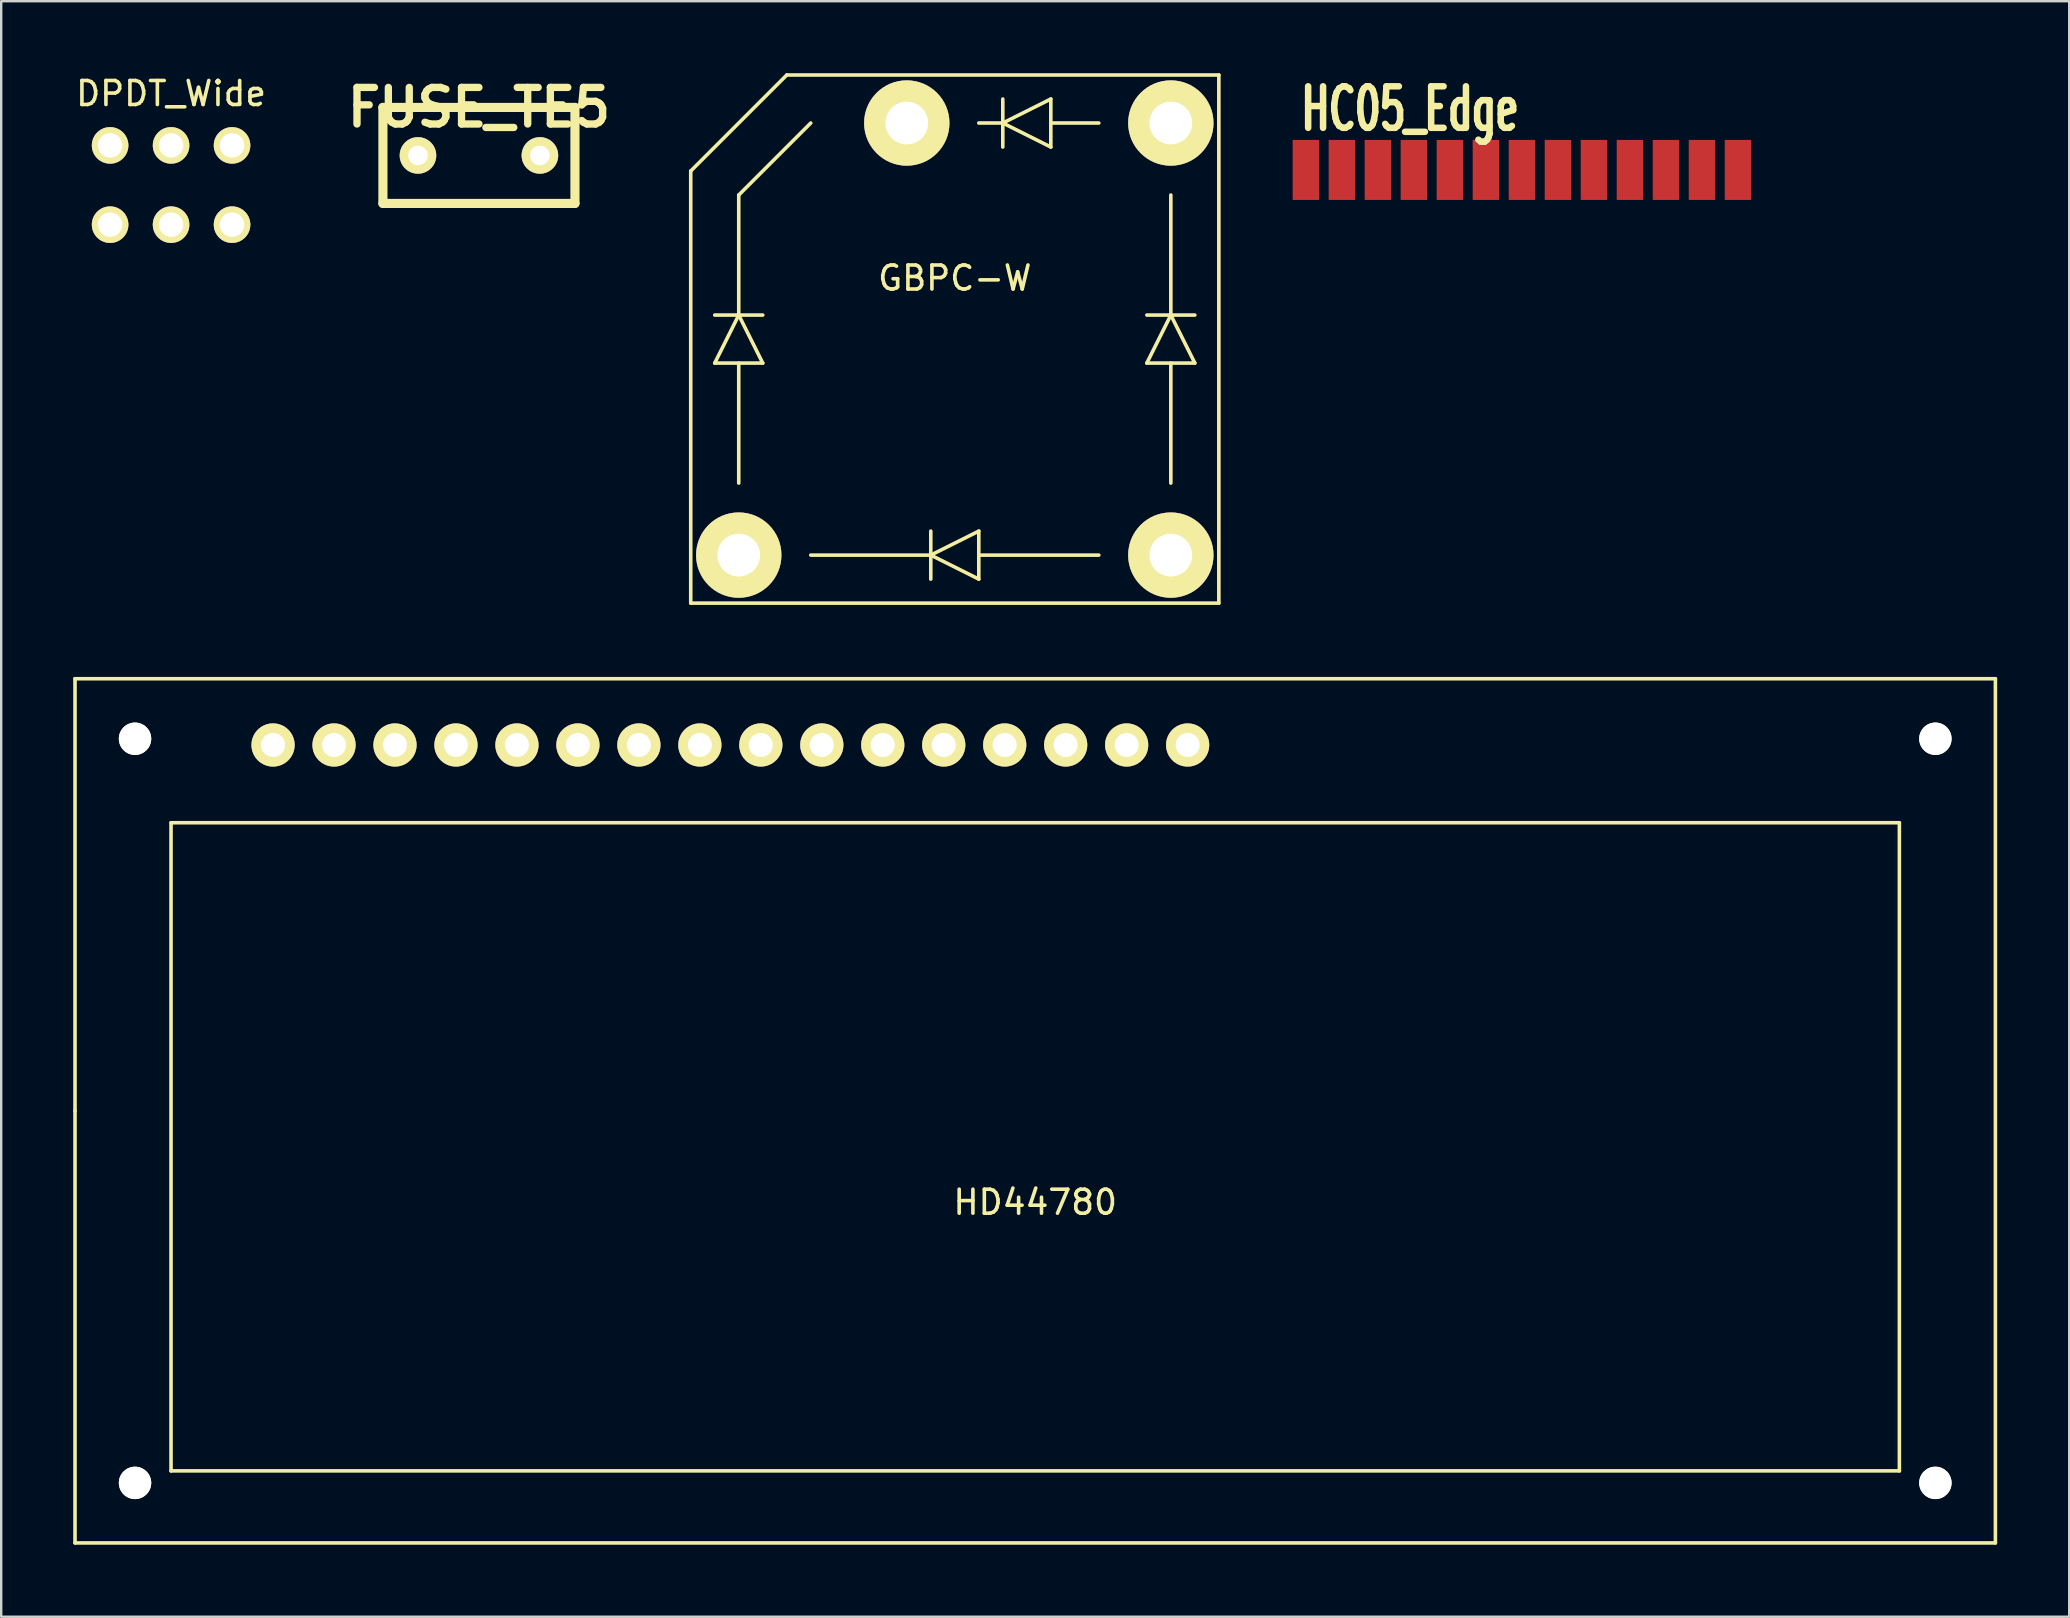
<source format=kicad_pcb>
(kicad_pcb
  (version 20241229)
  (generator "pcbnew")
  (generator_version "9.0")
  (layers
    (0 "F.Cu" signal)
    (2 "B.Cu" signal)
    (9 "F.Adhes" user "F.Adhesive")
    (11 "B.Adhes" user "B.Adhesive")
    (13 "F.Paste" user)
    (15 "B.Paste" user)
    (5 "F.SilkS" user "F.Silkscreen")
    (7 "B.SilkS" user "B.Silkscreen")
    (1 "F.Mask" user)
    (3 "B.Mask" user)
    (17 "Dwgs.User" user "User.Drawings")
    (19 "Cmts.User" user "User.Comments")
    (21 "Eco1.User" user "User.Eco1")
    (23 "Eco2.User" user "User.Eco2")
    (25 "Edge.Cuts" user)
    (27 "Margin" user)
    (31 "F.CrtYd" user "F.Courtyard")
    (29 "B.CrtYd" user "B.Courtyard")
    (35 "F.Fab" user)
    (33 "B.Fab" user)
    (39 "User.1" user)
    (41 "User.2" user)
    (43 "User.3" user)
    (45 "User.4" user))
  (footprint "HD44780"
    (layer "F.Cu")
    (at 40.075 43.225)
    (property "Reference" "HD44780" (at 0 3.81 0) (layer "F.SilkS") (effects (font (size 1 1) (thickness 0.15))))
    (attr through_hole)
    (fp_line (start -40 -18) (end 40 -18) (stroke (width 0.15) (type solid)) (layer "F.SilkS"))
    (fp_line (start -40 0) (end -40 -18) (stroke (width 0.15) (type solid)) (layer "F.SilkS"))
    (fp_line (start -40 18) (end -40 0) (stroke (width 0.15) (type solid)) (layer "F.SilkS"))
    (fp_line (start -36 -12) (end 36 -12) (stroke (width 0.15) (type solid)) (layer "F.SilkS"))
    (fp_line (start -36 15) (end -36 -12) (stroke (width 0.15) (type solid)) (layer "F.SilkS"))
    (fp_line (start 36 -12) (end 36 15) (stroke (width 0.15) (type solid)) (layer "F.SilkS"))
    (fp_line (start 36 15) (end -36 15) (stroke (width 0.15) (type solid)) (layer "F.SilkS"))
    (fp_line (start 40 -18) (end 40 18) (stroke (width 0.15) (type solid)) (layer "F.SilkS"))
    (fp_line (start 40 18) (end -40 18) (stroke (width 0.15) (type solid)) (layer "F.SilkS"))
    (pad "" np_thru_hole circle (at -37.5 -15.5) (size 1.35 1.35) (drill 1.35) (layers "*.Cu" "*.Mask" "F.SilkS"))
    (pad "" np_thru_hole circle (at -37.5 15.5) (size 1.35 1.35) (drill 1.35) (layers "*.Cu" "*.Mask" "F.SilkS"))
    (pad "" np_thru_hole circle (at 37.5 -15.5) (size 1.35 1.35) (drill 1.35) (layers "*.Cu" "*.Mask" "F.SilkS"))
    (pad "" np_thru_hole circle (at 37.5 15.5) (size 1.35 1.35) (drill 1.35) (layers "*.Cu" "*.Mask" "F.SilkS"))
    (pad "1" thru_hole circle (at -31.75 -15.24) (size 1.8 1.8) (drill 1) (layers "*.Cu" "*.Mask" "F.SilkS"))
    (pad "2" thru_hole circle (at -29.21 -15.24) (size 1.8 1.8) (drill 1) (layers "*.Cu" "*.Mask" "F.SilkS"))
    (pad "3" thru_hole circle (at -26.67 -15.24) (size 1.8 1.8) (drill 1) (layers "*.Cu" "*.Mask" "F.SilkS"))
    (pad "4" thru_hole circle (at -24.13 -15.24) (size 1.8 1.8) (drill 1) (layers "*.Cu" "*.Mask" "F.SilkS"))
    (pad "5" thru_hole circle (at -21.59 -15.24) (size 1.8 1.8) (drill 1) (layers "*.Cu" "*.Mask" "F.SilkS"))
    (pad "6" thru_hole circle (at -19.05 -15.24) (size 1.8 1.8) (drill 1) (layers "*.Cu" "*.Mask" "F.SilkS"))
    (pad "7" thru_hole circle (at -16.51 -15.24) (size 1.8 1.8) (drill 1) (layers "*.Cu" "*.Mask" "F.SilkS"))
    (pad "8" thru_hole circle (at -13.97 -15.24) (size 1.8 1.8) (drill 1) (layers "*.Cu" "*.Mask" "F.SilkS"))
    (pad "9" thru_hole circle (at -11.43 -15.24) (size 1.8 1.8) (drill 1) (layers "*.Cu" "*.Mask" "F.SilkS"))
    (pad "10" thru_hole circle (at -8.89 -15.24) (size 1.8 1.8) (drill 1) (layers "*.Cu" "*.Mask" "F.SilkS"))
    (pad "11" thru_hole circle (at -6.35 -15.24) (size 1.8 1.8) (drill 1) (layers "*.Cu" "*.Mask" "F.SilkS"))
    (pad "12" thru_hole circle (at -3.81 -15.24) (size 1.8 1.8) (drill 1) (layers "*.Cu" "*.Mask" "F.SilkS"))
    (pad "13" thru_hole circle (at -1.27 -15.24) (size 1.8 1.8) (drill 1) (layers "*.Cu" "*.Mask" "F.SilkS"))
    (pad "14" thru_hole circle (at 1.27 -15.24) (size 1.8 1.8) (drill 1) (layers "*.Cu" "*.Mask" "F.SilkS"))
    (pad "15" thru_hole circle (at 3.81 -15.24) (size 1.8 1.8) (drill 1) (layers "*.Cu" "*.Mask" "F.SilkS"))
    (pad "16" thru_hole circle (at 6.35 -15.24) (size 1.8 1.8) (drill 1) (layers "*.Cu" "*.Mask" "F.SilkS")))
  (footprint "GBPC-W"
    (layer "F.Cu")
    (at 36.725 11.075)
    (property "Reference" "GBPC-W" (at 0 -2.54 0) (layer "F.SilkS") (effects (font (size 1 1) (thickness 0.15))))
    (attr through_hole)
    (fp_line (start -11 -7) (end -11 11) (stroke (width 0.15) (type solid)) (layer "F.SilkS"))
    (fp_line (start -11 11) (end 11 11) (stroke (width 0.15) (type solid)) (layer "F.SilkS"))
    (fp_line (start -10 -1) (end -8 -1) (stroke (width 0.15) (type solid)) (layer "F.SilkS"))
    (fp_line (start -10 1) (end -8 1) (stroke (width 0.15) (type solid)) (layer "F.SilkS"))
    (fp_line (start -9 -6) (end -6 -9) (stroke (width 0.15) (type solid)) (layer "F.SilkS"))
    (fp_line (start -9 -1) (end -10 1) (stroke (width 0.15) (type solid)) (layer "F.SilkS"))
    (fp_line (start -9 -1) (end -9 -6) (stroke (width 0.15) (type solid)) (layer "F.SilkS"))
    (fp_line (start -9 1) (end -9 6) (stroke (width 0.15) (type solid)) (layer "F.SilkS"))
    (fp_line (start -8 1) (end -9 -1) (stroke (width 0.15) (type solid)) (layer "F.SilkS"))
    (fp_line (start -7 -11) (end -11 -7) (stroke (width 0.15) (type solid)) (layer "F.SilkS"))
    (fp_line (start -1 8) (end -1 10) (stroke (width 0.15) (type solid)) (layer "F.SilkS"))
    (fp_line (start -1 9) (end -6 9) (stroke (width 0.15) (type solid)) (layer "F.SilkS"))
    (fp_line (start -1 9) (end 1 8) (stroke (width 0.15) (type solid)) (layer "F.SilkS"))
    (fp_line (start 1 8) (end 1 10) (stroke (width 0.15) (type solid)) (layer "F.SilkS"))
    (fp_line (start 1 9) (end 6 9) (stroke (width 0.15) (type solid)) (layer "F.SilkS"))
    (fp_line (start 1 10) (end -1 9) (stroke (width 0.15) (type solid)) (layer "F.SilkS"))
    (fp_line (start 2 -10) (end 2 -8) (stroke (width 0.15) (type solid)) (layer "F.SilkS"))
    (fp_line (start 2 -9) (end 1 -9) (stroke (width 0.15) (type solid)) (layer "F.SilkS"))
    (fp_line (start 2 -9) (end 4 -10) (stroke (width 0.15) (type solid)) (layer "F.SilkS"))
    (fp_line (start 4 -10) (end 4 -8) (stroke (width 0.15) (type solid)) (layer "F.SilkS"))
    (fp_line (start 4 -9) (end 6 -9) (stroke (width 0.15) (type solid)) (layer "F.SilkS"))
    (fp_line (start 4 -8) (end 2 -9) (stroke (width 0.15) (type solid)) (layer "F.SilkS"))
    (fp_line (start 8 1) (end 10 1) (stroke (width 0.15) (type solid)) (layer "F.SilkS"))
    (fp_line (start 9 -1) (end 8 1) (stroke (width 0.15) (type solid)) (layer "F.SilkS"))
    (fp_line (start 9 -1) (end 9 -6) (stroke (width 0.15) (type solid)) (layer "F.SilkS"))
    (fp_line (start 9 1) (end 9 6) (stroke (width 0.15) (type solid)) (layer "F.SilkS"))
    (fp_line (start 10 -1) (end 8 -1) (stroke (width 0.15) (type solid)) (layer "F.SilkS"))
    (fp_line (start 10 1) (end 9 -1) (stroke (width 0.15) (type solid)) (layer "F.SilkS"))
    (fp_line (start 11 -11) (end -7 -11) (stroke (width 0.15) (type solid)) (layer "F.SilkS"))
    (fp_line (start 11 11) (end 11 -11) (stroke (width 0.15) (type solid)) (layer "F.SilkS"))
    (pad "1" thru_hole circle (at 9 9) (size 3.556 3.556) (drill 1.778) (layers "*.Cu" "*.Mask" "F.SilkS"))
    (pad "2" thru_hole circle (at 9 -9) (size 3.556 3.556) (drill 1.778) (layers "*.Cu" "*.Mask" "F.SilkS"))
    (pad "3" thru_hole circle (at -2 -9) (size 3.556 3.556) (drill 1.778) (layers "*.Cu" "*.Mask" "F.SilkS"))
    (pad "4" thru_hole circle (at -9 9) (size 3.556 3.556) (drill 1.778) (layers "*.Cu" "*.Mask" "F.SilkS")))
  (footprint "HC05_Edge"
    (layer "F.Cu")
    (at 65.85 4.029)
    (property "Reference" "HC05_Edge" (at -10.16 -2.54 0) (layer "F.SilkS") (effects (font (size 1.73 1.087) (thickness 0.272))))
    (attr through_hole)
    (pad "1" smd rect (at -14.5 0) (size 1.1 2.5) (layers "F.Cu" "F.Mask" "F.Paste"))
    (pad "2" smd rect (at -13 0) (size 1.1 2.5) (layers "F.Cu" "F.Mask" "F.Paste"))
    (pad "3" smd rect (at -11.5 0) (size 1.1 2.5) (layers "F.Cu" "F.Mask" "F.Paste"))
    (pad "4" smd rect (at -10 0) (size 1.1 2.5) (layers "F.Cu" "F.Mask" "F.Paste"))
    (pad "5" smd rect (at -8.5 0) (size 1.1 2.5) (layers "F.Cu" "F.Mask" "F.Paste"))
    (pad "6" smd rect (at -7 0) (size 1.1 2.5) (layers "F.Cu" "F.Mask" "F.Paste"))
    (pad "7" smd rect (at -5.5 0) (size 1.1 2.5) (layers "F.Cu" "F.Mask" "F.Paste"))
    (pad "8" smd rect (at -4 0) (size 1.1 2.5) (layers "F.Cu" "F.Mask" "F.Paste"))
    (pad "9" smd rect (at -2.5 0) (size 1.1 2.5) (layers "F.Cu" "F.Mask" "F.Paste"))
    (pad "10" smd rect (at -1 0) (size 1.1 2.5) (layers "F.Cu" "F.Mask" "F.Paste"))
    (pad "11" smd rect (at 0.5 0) (size 1.1 2.5) (layers "F.Cu" "F.Mask" "F.Paste"))
    (pad "12" smd rect (at 2 0) (size 1.1 2.5) (layers "F.Cu" "F.Mask" "F.Paste"))
    (pad "13" smd rect (at 3.5 0) (size 1.1 2.5) (layers "F.Cu" "F.Mask" "F.Paste")))
  (footprint "DPDT_Wide"
    (layer "F.Cu")
    (at 4.077 4.658)
    (property "Reference" "DPDT_Wide" (at 0 -3.81 0) (layer "F.SilkS") (effects (font (size 1 1) (thickness 0.15))))
    (attr through_hole)
    (pad "1" thru_hole circle (at -2.54 1.651) (size 1.524 1.524) (drill 1.016) (layers "*.Cu" "*.Mask" "F.SilkS"))
    (pad "2" thru_hole circle (at 0 1.651) (size 1.524 1.524) (drill 1.016) (layers "*.Cu" "*.Mask" "F.SilkS"))
    (pad "3" thru_hole circle (at 2.54 1.651) (size 1.524 1.524) (drill 1.016) (layers "*.Cu" "*.Mask" "F.SilkS"))
    (pad "4" thru_hole circle (at -2.54 -1.651) (size 1.524 1.524) (drill 1.016) (layers "*.Cu" "*.Mask" "F.SilkS"))
    (pad "5" thru_hole circle (at 0 -1.651) (size 1.524 1.524) (drill 1.016) (layers "*.Cu" "*.Mask" "F.SilkS"))
    (pad "6" thru_hole circle (at 2.54 -1.651) (size 1.524 1.524) (drill 1.016) (layers "*.Cu" "*.Mask" "F.SilkS")))
  (footprint "FUSE_TE5"
    (layer "F.Cu")
    (at 16.902 3.425)
    (property "Reference" "FUSE_TE5" (at 0 -1.999 0) (layer "F.SilkS") (effects (font (size 1.524 1.524) (thickness 0.305))))
    (attr through_hole)
    (fp_line (start -4 -1.999) (end 4 -1.999) (stroke (width 0.381) (type solid)) (layer "F.SilkS"))
    (fp_line (start -4 1.999) (end -4 -1.999) (stroke (width 0.381) (type solid)) (layer "F.SilkS"))
    (fp_line (start 4 -1.999) (end 4 1.999) (stroke (width 0.381) (type solid)) (layer "F.SilkS"))
    (fp_line (start 4 1.999) (end -4 1.999) (stroke (width 0.381) (type solid)) (layer "F.SilkS"))
    (pad "1" thru_hole circle (at -2.54 0) (size 1.524 1.524) (drill 0.813) (layers "*.Cu" "*.Mask" "F.SilkS"))
    (pad "2" thru_hole circle (at 2.54 0) (size 1.524 1.524) (drill 0.813) (layers "*.Cu" "*.Mask" "F.SilkS")))
  (gr_rect
    (start -3 -3)
    (end 83.15 64.3)
    (stroke (width 0.1) (type default))
    (fill no)
    (layer "Edge.Cuts")))
</source>
